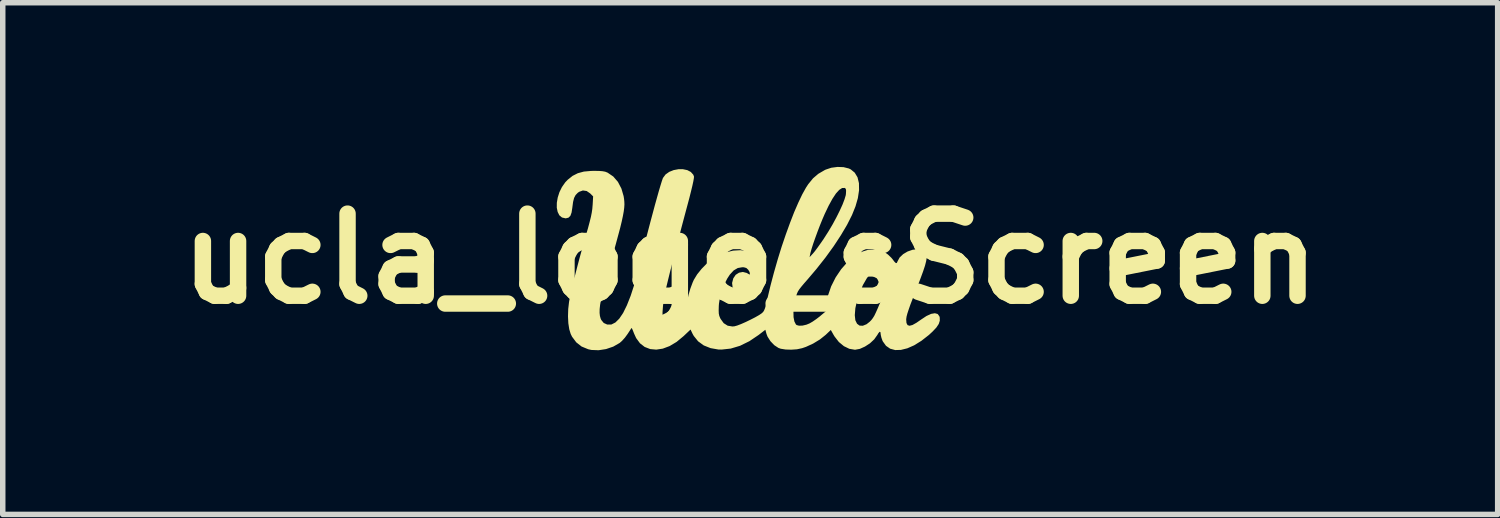
<source format=kicad_pcb>
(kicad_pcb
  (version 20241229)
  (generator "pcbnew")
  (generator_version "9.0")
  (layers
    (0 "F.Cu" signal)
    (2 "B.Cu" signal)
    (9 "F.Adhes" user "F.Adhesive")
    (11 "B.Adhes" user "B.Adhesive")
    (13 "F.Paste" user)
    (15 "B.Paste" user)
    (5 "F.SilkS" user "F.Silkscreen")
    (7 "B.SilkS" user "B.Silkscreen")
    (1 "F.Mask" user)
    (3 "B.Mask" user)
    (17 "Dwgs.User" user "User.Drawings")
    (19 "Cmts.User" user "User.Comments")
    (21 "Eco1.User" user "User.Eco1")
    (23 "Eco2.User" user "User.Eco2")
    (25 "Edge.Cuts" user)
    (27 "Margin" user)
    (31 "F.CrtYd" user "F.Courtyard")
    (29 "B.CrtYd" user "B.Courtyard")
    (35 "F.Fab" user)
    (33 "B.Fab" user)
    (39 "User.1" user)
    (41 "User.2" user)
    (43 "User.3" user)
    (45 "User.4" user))
  (footprint "ucla_logo_sScreen"
    (layer "F.Cu")
    (at 10.657 1.675)
    (property "Reference" "ucla_logo_sScreen" (at 0 0 0) (layer "F.SilkS") (effects (font (size 1.5 1.5) (thickness 0.3))))
    (attr board_only exclude_from_pos_files exclude_from_bom)
    (fp_poly (pts (xy 3.418 -0.184) (xy 3.409 -0.175) (xy 3.401 -0.184) (xy 3.409 -0.193)) (stroke (width 0) (type solid)) (fill yes) (layer "F.SilkS"))
    (fp_poly (pts (xy 3.471 -0.061) (xy 3.462 -0.053) (xy 3.453 -0.061) (xy 3.462 -0.07)) (stroke (width 0) (type solid)) (fill yes) (layer "F.SilkS"))
    (fp_poly (pts (xy 3.458 -0.012) (xy 3.46 -0.005) (xy 3.436 -0.003) (xy 3.411 -0.006) (xy 3.414 -0.012) (xy 3.45 -0.014)) (stroke (width 0) (type solid)) (fill yes) (layer "F.SilkS"))
    (fp_poly (pts (xy 3.535 -0.108) (xy 3.537 -0.081) (xy 3.534 -0.075) (xy 3.526 -0.08) (xy 3.525 -0.098) (xy 3.529 -0.117)) (stroke (width 0) (type solid)) (fill yes) (layer "F.SilkS"))
    (fp_poly (pts (xy 3.365 -0.057) (xy 3.372 -0.045) (xy 3.376 -0.02) (xy 3.364 -0.025) (xy 3.356 -0.036) (xy 3.351 -0.059) (xy 3.353 -0.063)) (stroke (width 0) (type solid)) (fill yes) (layer "F.SilkS"))
    (fp_poly (pts (xy 3.375 -0.164) (xy 3.372 -0.15) (xy 3.358 -0.125) (xy 3.349 -0.129) (xy 3.348 -0.139) (xy 3.361 -0.163) (xy 3.365 -0.166)) (stroke (width 0) (type solid)) (fill yes) (layer "F.SilkS"))
    (fp_poly (pts (xy 3.491 -0.181) (xy 3.506 -0.167) (xy 3.521 -0.144) (xy 3.511 -0.146) (xy 3.481 -0.167) (xy 3.462 -0.186) (xy 3.465 -0.193)) (stroke (width 0) (type solid)) (fill yes) (layer "F.SilkS"))
    (fp_poly (pts (xy 3.518 -0.041) (xy 3.515 -0.035) (xy 3.498 -0.018) (xy 3.495 -0.018) (xy 3.494 -0.029) (xy 3.497 -0.035) (xy 3.514 -0.052) (xy 3.517 -0.053)) (stroke (width 0) (type solid)) (fill yes) (layer "F.SilkS"))
    (fp_poly (pts (xy 3.452 -0.155) (xy 3.439 -0.142) (xy 3.436 -0.14) (xy 3.42 -0.121) (xy 3.429 -0.11) (xy 3.439 -0.092) (xy 3.425 -0.074) (xy 3.408 -0.063) (xy 3.401 -0.079) (xy 3.401 -0.104) (xy 3.407 -0.144) (xy 3.428 -0.157) (xy 3.431 -0.157)) (stroke (width 0) (type solid)) (fill yes) (layer "F.SilkS"))
    (fp_poly (pts (xy 1.705 -1.671) (xy 1.802 -1.647) (xy 1.837 -1.63) (xy 1.91 -1.57) (xy 1.961 -1.485) (xy 1.987 -1.378) (xy 1.989 -1.25) (xy 1.967 -1.105) (xy 1.924 -0.955) (xy 1.86 -0.796) (xy 1.77 -0.618) (xy 1.657 -0.427) (xy 1.525 -0.226) (xy 1.375 -0.019) (xy 1.21 0.19) (xy 1.053 0.375) (xy 0.982 0.456) (xy 0.931 0.517) (xy 0.895 0.564) (xy 0.87 0.604) (xy 0.853 0.643) (xy 0.839 0.687) (xy 0.826 0.737) (xy 0.801 0.859) (xy 0.79 0.972) (xy 0.792 1.07) (xy 0.807 1.148) (xy 0.834 1.201) (xy 0.848 1.214) (xy 0.893 1.226) (xy 0.956 1.224) (xy 1.028 1.207) (xy 1.084 1.184) (xy 1.141 1.151) (xy 1.209 1.104) (xy 1.274 1.054) (xy 1.274 1.054) (xy 1.297 1.034) (xy 1.911 1.034) (xy 1.921 1.126) (xy 1.952 1.19) (xy 1.998 1.224) (xy 2.057 1.227) (xy 2.126 1.199) (xy 2.184 1.153) (xy 2.214 1.122) (xy 2.24 1.088) (xy 2.267 1.045) (xy 2.295 0.987) (xy 2.33 0.909) (xy 2.373 0.806) (xy 2.385 0.775) (xy 2.439 0.64) (xy 2.478 0.532) (xy 2.504 0.446) (xy 2.517 0.377) (xy 2.52 0.321) (xy 2.512 0.273) (xy 2.501 0.241) (xy 2.463 0.185) (xy 2.412 0.159) (xy 2.349 0.164) (xy 2.28 0.199) (xy 2.209 0.26) (xy 2.132 0.357) (xy 2.061 0.48) (xy 2 0.619) (xy 1.952 0.765) (xy 1.921 0.908) (xy 1.911 1.034) (xy 1.297 1.034) (xy 1.38 0.965) (xy 1.391 0.846) (xy 1.421 0.676) (xy 1.479 0.507) (xy 1.561 0.344) (xy 1.662 0.194) (xy 1.779 0.061) (xy 1.908 -0.048) (xy 2.043 -0.126) (xy 2.151 -0.16) (xy 2.265 -0.168) (xy 2.374 -0.152) (xy 2.458 -0.118) (xy 2.52 -0.072) (xy 2.579 -0.015) (xy 2.599 0.009) (xy 2.637 0.059) (xy 2.662 0.082) (xy 2.678 0.08) (xy 2.69 0.056) (xy 2.691 0.052) (xy 2.73 -0.02) (xy 2.795 -0.082) (xy 2.876 -0.13) (xy 2.966 -0.161) (xy 3.056 -0.172) (xy 3.137 -0.157) (xy 3.156 -0.149) (xy 3.188 -0.128) (xy 3.211 -0.101) (xy 3.223 -0.065) (xy 3.225 -0.017) (xy 3.215 0.046) (xy 3.194 0.128) (xy 3.16 0.231) (xy 3.113 0.359) (xy 3.053 0.516) (xy 3.032 0.57) (xy 2.974 0.718) (xy 2.928 0.837) (xy 2.895 0.932) (xy 2.871 1.005) (xy 2.857 1.059) (xy 2.851 1.1) (xy 2.85 1.111) (xy 2.855 1.176) (xy 2.875 1.215) (xy 2.911 1.227) (xy 2.965 1.213) (xy 3.038 1.172) (xy 3.122 1.114) (xy 3.22 1.049) (xy 3.305 1.01) (xy 3.374 0.998) (xy 3.425 1.012) (xy 3.456 1.053) (xy 3.463 1.076) (xy 3.464 1.135) (xy 3.445 1.194) (xy 3.401 1.26) (xy 3.331 1.334) (xy 3.265 1.395) (xy 3.128 1.502) (xy 2.996 1.584) (xy 2.871 1.639) (xy 2.754 1.668) (xy 2.649 1.671) (xy 2.557 1.646) (xy 2.481 1.593) (xy 2.424 1.514) (xy 2.417 1.5) (xy 2.397 1.444) (xy 2.385 1.392) (xy 2.384 1.38) (xy 2.379 1.342) (xy 2.364 1.337) (xy 2.34 1.366) (xy 2.323 1.395) (xy 2.266 1.475) (xy 2.188 1.548) (xy 2.097 1.607) (xy 2.004 1.649) (xy 1.918 1.665) (xy 1.912 1.665) (xy 1.811 1.648) (xy 1.712 1.6) (xy 1.62 1.524) (xy 1.542 1.424) (xy 1.523 1.393) (xy 1.473 1.304) (xy 1.378 1.394) (xy 1.274 1.477) (xy 1.149 1.553) (xy 1.018 1.613) (xy 0.948 1.637) (xy 0.854 1.657) (xy 0.75 1.664) (xy 0.648 1.661) (xy 0.559 1.647) (xy 0.516 1.632) (xy 0.44 1.582) (xy 0.37 1.509) (xy 0.317 1.426) (xy 0.298 1.377) (xy 0.277 1.3) (xy 0.154 1.395) (xy -0.015 1.509) (xy -0.186 1.593) (xy -0.356 1.644) (xy -0.522 1.662) (xy -0.581 1.661) (xy -0.724 1.636) (xy -0.849 1.586) (xy -0.952 1.511) (xy -1.031 1.413) (xy -1.053 1.374) (xy -1.09 1.296) (xy -1.218 1.417) (xy -1.345 1.522) (xy -1.472 1.598) (xy -1.597 1.645) (xy -1.716 1.663) (xy -1.827 1.653) (xy -1.928 1.614) (xy -2.014 1.547) (xy -2.084 1.452) (xy -2.122 1.369) (xy -2.143 1.315) (xy -2.159 1.279) (xy -2.167 1.267) (xy -2.179 1.284) (xy -2.204 1.322) (xy -2.238 1.374) (xy -2.243 1.381) (xy -2.289 1.444) (xy -2.342 1.503) (xy -2.385 1.541) (xy -2.502 1.608) (xy -2.634 1.653) (xy -2.77 1.674) (xy -2.901 1.669) (xy -2.96 1.656) (xy -3.081 1.606) (xy -3.178 1.53) (xy -3.255 1.427) (xy -3.28 1.376) (xy -3.306 1.291) (xy -3.323 1.181) (xy -3.329 1.055) (xy -3.325 0.922) (xy -3.31 0.791) (xy -3.305 0.763) (xy -3.281 0.646) (xy -3.249 0.503) (xy -3.208 0.337) (xy -3.161 0.154) (xy -3.11 -0.039) (xy -3.055 -0.237) (xy -3.003 -0.419) (xy -2.963 -0.559) (xy -2.933 -0.672) (xy -2.91 -0.764) (xy -2.895 -0.84) (xy -2.885 -0.907) (xy -2.88 -0.97) (xy -2.879 -0.976) (xy -2.87 -1.137) (xy -2.924 -1.191) (xy -2.988 -1.235) (xy -3.057 -1.245) (xy -3.126 -1.22) (xy -3.153 -1.2) (xy -3.191 -1.16) (xy -3.218 -1.108) (xy -3.236 -1.037) (xy -3.249 -0.939) (xy -3.25 -0.93) (xy -3.264 -0.841) (xy -3.286 -0.781) (xy -3.32 -0.748) (xy -3.368 -0.736) (xy -3.375 -0.736) (xy -3.439 -0.751) (xy -3.487 -0.791) (xy -3.518 -0.853) (xy -3.534 -0.93) (xy -3.533 -1.02) (xy -3.517 -1.115) (xy -3.486 -1.213) (xy -3.44 -1.307) (xy -3.379 -1.394) (xy -3.334 -1.441) (xy -3.245 -1.512) (xy -3.15 -1.56) (xy -3.04 -1.59) (xy -2.908 -1.602) (xy -2.857 -1.603) (xy -2.765 -1.602) (xy -2.699 -1.597) (xy -2.65 -1.588) (xy -2.609 -1.572) (xy -2.605 -1.57) (xy -2.502 -1.5) (xy -2.417 -1.402) (xy -2.353 -1.279) (xy -2.313 -1.142) (xy -2.305 -1.092) (xy -2.3 -1.042) (xy -2.298 -0.989) (xy -2.302 -0.929) (xy -2.311 -0.86) (xy -2.326 -0.778) (xy -2.347 -0.68) (xy -2.375 -0.564) (xy -2.412 -0.426) (xy -2.456 -0.263) (xy -2.509 -0.072) (xy -2.558 0.1) (xy -2.614 0.303) (xy -2.661 0.475) (xy -2.697 0.621) (xy -2.724 0.742) (xy -2.742 0.842) (xy -2.751 0.924) (xy -2.752 0.992) (xy -2.746 1.047) (xy -2.733 1.094) (xy -2.721 1.121) (xy -2.676 1.176) (xy -2.612 1.205) (xy -2.539 1.204) (xy -2.534 1.203) (xy -2.463 1.167) (xy -2.392 1.097) (xy -2.322 0.993) (xy -2.253 0.853) (xy -2.184 0.679) (xy -2.116 0.469) (xy -2.049 0.225) (xy -2.005 0.044) (xy -1.975 -0.08) (xy -1.941 -0.218) (xy -1.903 -0.366) (xy -1.863 -0.52) (xy -1.822 -0.676) (xy -1.781 -0.829) (xy -1.742 -0.975) (xy -1.704 -1.111) (xy -1.67 -1.232) (xy -1.64 -1.333) (xy -1.616 -1.411) (xy -1.599 -1.461) (xy -1.593 -1.475) (xy -1.546 -1.538) (xy -1.479 -1.585) (xy -1.399 -1.617) (xy -1.313 -1.633) (xy -1.228 -1.633) (xy -1.15 -1.617) (xy -1.085 -1.583) (xy -1.04 -1.533) (xy -1.027 -1.499) (xy -1.029 -1.471) (xy -1.039 -1.413) (xy -1.057 -1.33) (xy -1.082 -1.227) (xy -1.112 -1.107) (xy -1.132 -1.032) (xy -1.196 -0.793) (xy -1.258 -0.56) (xy -1.316 -0.335) (xy -1.371 -0.123) (xy -1.421 0.072) (xy -1.466 0.247) (xy -1.503 0.398) (xy -1.533 0.522) (xy -1.546 0.578) (xy -1.574 0.724) (xy -1.593 0.859) (xy -1.602 0.98) (xy -1.601 1.08) (xy -1.589 1.155) (xy -1.578 1.182) (xy -1.558 1.212) (xy -1.533 1.224) (xy -1.491 1.224) (xy -1.476 1.222) (xy -1.394 1.197) (xy -1.315 1.145) (xy -1.245 1.073) (xy -1.192 0.99) (xy -1.161 0.904) (xy -1.157 0.86) (xy -1.149 0.77) (xy -1.127 0.662) (xy -1.093 0.547) (xy -1.052 0.437) (xy -1.03 0.388) (xy -0.97 0.289) (xy -0.888 0.187) (xy -0.792 0.089) (xy -0.692 0.006) (xy -0.6 -0.051) (xy -0.453 -0.112) (xy -0.311 -0.146) (xy -0.177 -0.154) (xy -0.056 -0.136) (xy 0.05 -0.092) (xy 0.136 -0.022) (xy 0.166 0.015) (xy 0.195 0.062) (xy 0.213 0.109) (xy 0.222 0.168) (xy 0.225 0.219) (xy 0.22 0.349) (xy 0.191 0.456) (xy 0.136 0.539) (xy 0.056 0.601) (xy 0.027 0.616) (xy -0.056 0.643) (xy -0.134 0.643) (xy -0.209 0.621) (xy -0.281 0.578) (xy -0.322 0.519) (xy -0.331 0.446) (xy -0.309 0.361) (xy -0.265 0.296) (xy -0.204 0.257) (xy -0.134 0.244) (xy -0.063 0.262) (xy -0.043 0.274) (xy -0.013 0.291) (xy -0.001 0.288) (xy -0.000001 0.276) (xy -0.01 0.245) (xy -0.035 0.206) (xy -0.036 0.204) (xy -0.07 0.172) (xy -0.114 0.159) (xy -0.146 0.158) (xy -0.227 0.172) (xy -0.302 0.216) (xy -0.372 0.292) (xy -0.419 0.364) (xy -0.497 0.517) (xy -0.547 0.668) (xy -0.571 0.826) (xy -0.574 0.868) (xy -0.576 0.947) (xy -0.574 1.003) (xy -0.565 1.046) (xy -0.549 1.086) (xy -0.54 1.103) (xy -0.484 1.18) (xy -0.411 1.226) (xy -0.325 1.24) (xy -0.288 1.237) (xy -0.238 1.223) (xy -0.167 1.196) (xy -0.083 1.159) (xy 0.006 1.116) (xy 0.09 1.073) (xy 0.162 1.032) (xy 0.212 0.998) (xy 0.215 0.995) (xy 0.237 0.974) (xy 0.254 0.946) (xy 0.271 0.905) (xy 0.288 0.843) (xy 0.309 0.755) (xy 0.315 0.727) (xy 0.371 0.492) (xy 0.434 0.254) (xy 0.502 0.017) (xy 0.515 -0.026) (xy 1.085 -0.026) (xy 1.149 -0.096) (xy 1.183 -0.137) (xy 1.23 -0.2) (xy 1.284 -0.276) (xy 1.341 -0.358) (xy 1.353 -0.377) (xy 1.431 -0.499) (xy 1.506 -0.626) (xy 1.575 -0.754) (xy 1.636 -0.876) (xy 1.687 -0.988) (xy 1.724 -1.085) (xy 1.746 -1.159) (xy 1.749 -1.184) (xy 1.752 -1.241) (xy 1.747 -1.273) (xy 1.732 -1.288) (xy 1.727 -1.291) (xy 1.68 -1.29) (xy 1.627 -1.256) (xy 1.567 -1.19) (xy 1.502 -1.092) (xy 1.432 -0.964) (xy 1.362 -0.817) (xy 1.32 -0.72) (xy 1.275 -0.609) (xy 1.23 -0.492) (xy 1.188 -0.377) (xy 1.15 -0.269) (xy 1.121 -0.177) (xy 1.101 -0.107) (xy 1.097 -0.088) (xy 1.085 -0.026) (xy 0.515 -0.026) (xy 0.574 -0.216) (xy 0.65 -0.44) (xy 0.727 -0.652) (xy 0.803 -0.848) (xy 0.879 -1.023) (xy 0.951 -1.174) (xy 1.02 -1.298) (xy 1.06 -1.359) (xy 1.148 -1.467) (xy 1.244 -1.549) (xy 1.359 -1.616) (xy 1.379 -1.626) (xy 1.482 -1.66) (xy 1.595 -1.675)) (stroke (width 0) (type solid)) (fill yes) (layer "F.SilkS")))
  (gr_rect
    (start -3 -3)
    (end 24.314 6.349)
    (stroke (width 0.1) (type default))
    (fill no)
    (layer "Edge.Cuts")))
</source>
